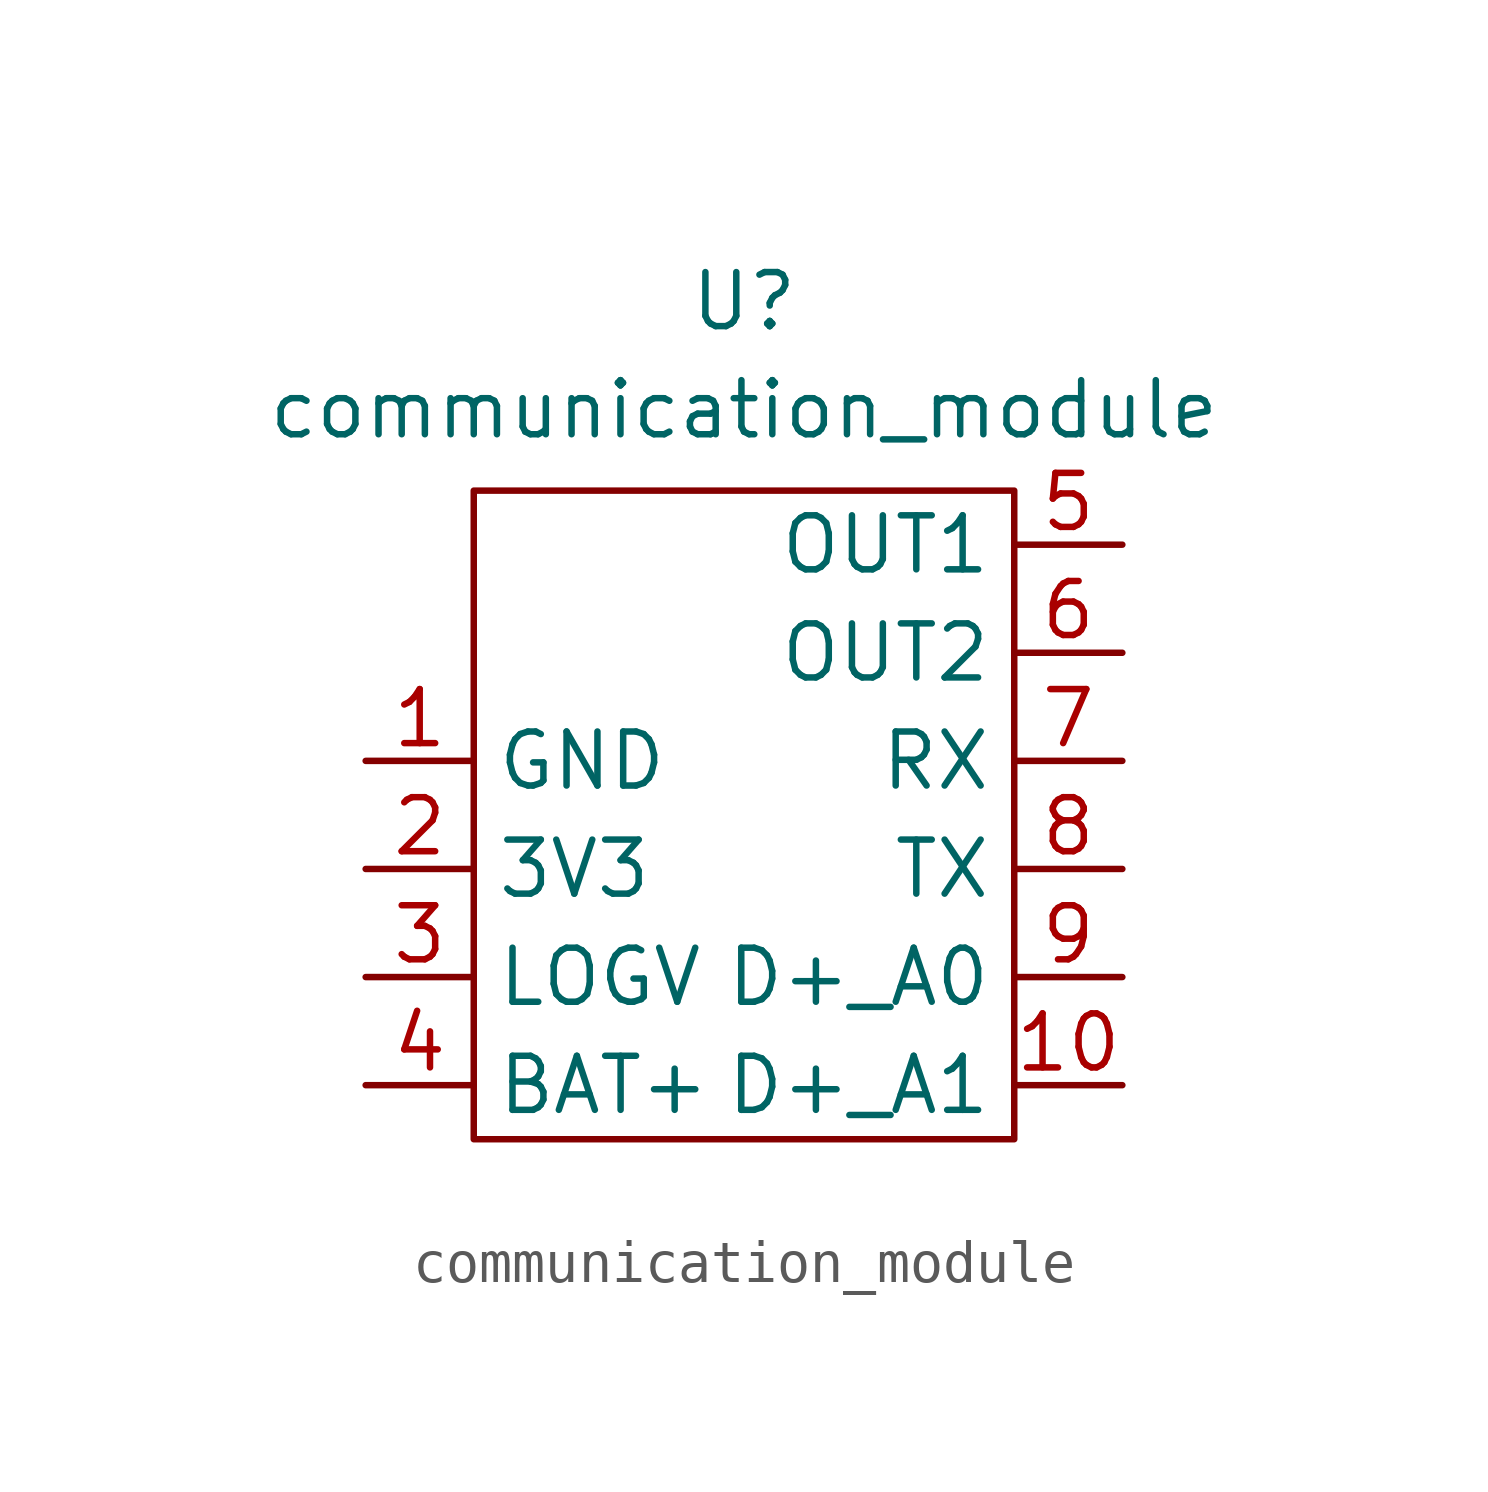
<source format=kicad_sym>
(kicad_symbol_lib
  (version 20211014)
  (generator kicad_symbol_editor)
  (symbol "communication_module"
    (property "Reference" "U"
      (at 0 2.54 0)
      (effects (font (size 1.27 1.27))))
    (property "Value" "communication_module"
      (at 0 0 0)
      (effects (font (size 1.27 1.27))))
    (symbol "communication_module_0_1"
      (rectangle (start 6.35 -17.145) (end -6.35 -1.905) (stroke (width 0) (type default) (color 0 0 0 0)) (fill (type none))))
    (symbol "communication_module_1_1"
      (pin input line (at -8.89 -8.255 0) (length 2.54) (name "GND" (effects (font (size 1.27 1.27)))) (number "1" (effects (font (size 1.27 1.27)))))
      (pin input line (at 8.89 -15.875 180) (length 2.54) (name "D+_A1" (effects (font (size 1.27 1.27)))) (number "10" (effects (font (size 1.27 1.27)))))
      (pin input line (at -8.89 -10.795 0) (length 2.54) (name "3V3" (effects (font (size 1.27 1.27)))) (number "2" (effects (font (size 1.27 1.27)))))
      (pin input line (at -8.89 -13.335 0) (length 2.54) (name "LOGV" (effects (font (size 1.27 1.27)))) (number "3" (effects (font (size 1.27 1.27)))))
      (pin input line (at -8.89 -15.875 0) (length 2.54) (name "BAT+" (effects (font (size 1.27 1.27)))) (number "4" (effects (font (size 1.27 1.27)))))
      (pin input line (at 8.89 -3.175 180) (length 2.54) (name "OUT1" (effects (font (size 1.27 1.27)))) (number "5" (effects (font (size 1.27 1.27)))))
      (pin input line (at 8.89 -5.715 180) (length 2.54) (name "OUT2" (effects (font (size 1.27 1.27)))) (number "6" (effects (font (size 1.27 1.27)))))
      (pin input line (at 8.89 -8.255 180) (length 2.54) (name "RX" (effects (font (size 1.27 1.27)))) (number "7" (effects (font (size 1.27 1.27)))))
      (pin input line (at 8.89 -10.795 180) (length 2.54) (name "TX" (effects (font (size 1.27 1.27)))) (number "8" (effects (font (size 1.27 1.27)))))
      (pin input line (at 8.89 -13.335 180) (length 2.54) (name "D+_A0" (effects (font (size 1.27 1.27)))) (number "9" (effects (font (size 1.27 1.27))))))))
</source>
